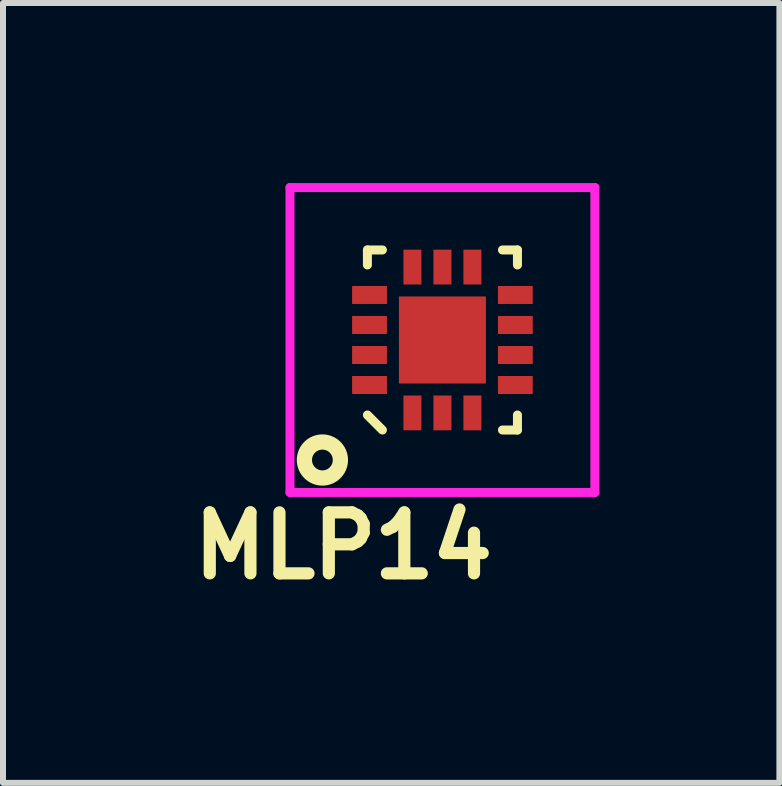
<source format=kicad_pcb>
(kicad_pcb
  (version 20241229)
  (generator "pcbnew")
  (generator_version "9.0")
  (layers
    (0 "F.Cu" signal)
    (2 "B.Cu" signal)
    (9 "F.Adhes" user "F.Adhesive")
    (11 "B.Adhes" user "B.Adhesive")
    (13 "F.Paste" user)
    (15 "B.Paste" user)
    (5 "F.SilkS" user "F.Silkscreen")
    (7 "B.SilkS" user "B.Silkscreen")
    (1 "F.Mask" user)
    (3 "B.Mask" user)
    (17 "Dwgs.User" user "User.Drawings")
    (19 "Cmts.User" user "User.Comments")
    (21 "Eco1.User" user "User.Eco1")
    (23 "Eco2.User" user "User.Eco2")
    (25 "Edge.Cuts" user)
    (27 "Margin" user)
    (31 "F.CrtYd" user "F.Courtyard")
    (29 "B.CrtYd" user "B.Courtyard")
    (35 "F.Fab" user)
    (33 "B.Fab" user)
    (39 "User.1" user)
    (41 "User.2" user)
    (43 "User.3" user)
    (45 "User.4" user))
  (footprint "MLP14"
    (layer "F.Cu")
    (at 4.322 2.615 90)
    (property "Reference" "MLP14" (at -3.429 -1.651 180) (layer "F.SilkS") (effects (font (size 1.016 1.016) (thickness 0.203))))
    (attr through_hole)
    (fp_line (start 1.5 -1.25) (end 1.5 -1) (stroke (width 0.15) (type solid)) (layer "F.SilkS"))
    (fp_line (start 1.25 -1.25) (end 1.5 -1.25) (stroke (width 0.15) (type solid)) (layer "F.SilkS"))
    (fp_line (start -1.5 -1) (end -1.25 -1.25) (stroke (width 0.15) (type solid)) (layer "F.SilkS"))
    (fp_line (start 1.5 1.25) (end 1.5 1) (stroke (width 0.15) (type solid)) (layer "F.SilkS"))
    (fp_line (start 1.25 1.25) (end 1.5 1.25) (stroke (width 0.15) (type solid)) (layer "F.SilkS"))
    (fp_line (start -1.25 1.25) (end -1.5 1.25) (stroke (width 0.15) (type solid)) (layer "F.SilkS"))
    (fp_line (start -1.5 1.25) (end -1.5 1) (stroke (width 0.15) (type solid)) (layer "F.SilkS"))
    (fp_circle (center -2 -2) (end -1.7 -2) (stroke (width 0.254) (type solid)) (fill no) (layer "F.SilkS"))
    (fp_line (start 2.54 -2.54) (end 2.54 2.54) (stroke (width 0.15) (type solid)) (layer "F.CrtYd"))
    (fp_line (start -2.54 -2.54) (end 2.54 -2.54) (stroke (width 0.15) (type solid)) (layer "F.CrtYd"))
    (fp_line (start 2.54 2.54) (end -2.54 2.54) (stroke (width 0.15) (type solid)) (layer "F.CrtYd"))
    (fp_line (start -2.54 2.54) (end -2.54 -2.54) (stroke (width 0.15) (type solid)) (layer "F.CrtYd"))
    (pad "1" smd rect (at -1.215 -0.5 180) (size 0.3 0.58) (layers "F.Cu" "F.Mask" "F.Paste"))
    (pad "2" smd rect (at -1.215 0 180) (size 0.3 0.58) (layers "F.Cu" "F.Mask" "F.Paste"))
    (pad "3" smd rect (at -1.215 0.5 180) (size 0.3 0.58) (layers "F.Cu" "F.Mask" "F.Paste"))
    (pad "4" smd rect (at -0.75 1.215 90) (size 0.3 0.58) (layers "F.Cu" "F.Mask" "F.Paste"))
    (pad "5" smd rect (at -0.25 1.215 90) (size 0.3 0.58) (layers "F.Cu" "F.Mask" "F.Paste"))
    (pad "6" smd rect (at 0.25 1.215 90) (size 0.3 0.58) (layers "F.Cu" "F.Mask" "F.Paste"))
    (pad "7" smd rect (at 0.75 1.215 90) (size 0.3 0.58) (layers "F.Cu" "F.Mask" "F.Paste"))
    (pad "8" smd rect (at 1.215 0.5 180) (size 0.3 0.58) (layers "F.Cu" "F.Mask" "F.Paste"))
    (pad "9" smd rect (at 1.215 0 180) (size 0.3 0.58) (layers "F.Cu" "F.Mask" "F.Paste"))
    (pad "10" smd rect (at 1.215 -0.5 180) (size 0.3 0.58) (layers "F.Cu" "F.Mask" "F.Paste"))
    (pad "11" smd rect (at 0.75 -1.215 90) (size 0.3 0.58) (layers "F.Cu" "F.Mask" "F.Paste"))
    (pad "12" smd rect (at 0.25 -1.215 90) (size 0.3 0.58) (layers "F.Cu" "F.Mask" "F.Paste"))
    (pad "13" smd rect (at -0.25 -1.215 90) (size 0.3 0.58) (layers "F.Cu" "F.Mask" "F.Paste"))
    (pad "14" smd rect (at -0.75 -1.215 90) (size 0.3 0.58) (layers "F.Cu" "F.Mask" "F.Paste"))
    (pad "15" smd rect (at 0 0 180) (size 1.45 1.45) (layers "F.Cu" "F.Mask" "F.Paste")))
  (gr_rect
    (start -3 -3)
    (end 9.937 9.995)
    (stroke (width 0.1) (type default))
    (fill no)
    (layer "Edge.Cuts")))
</source>
